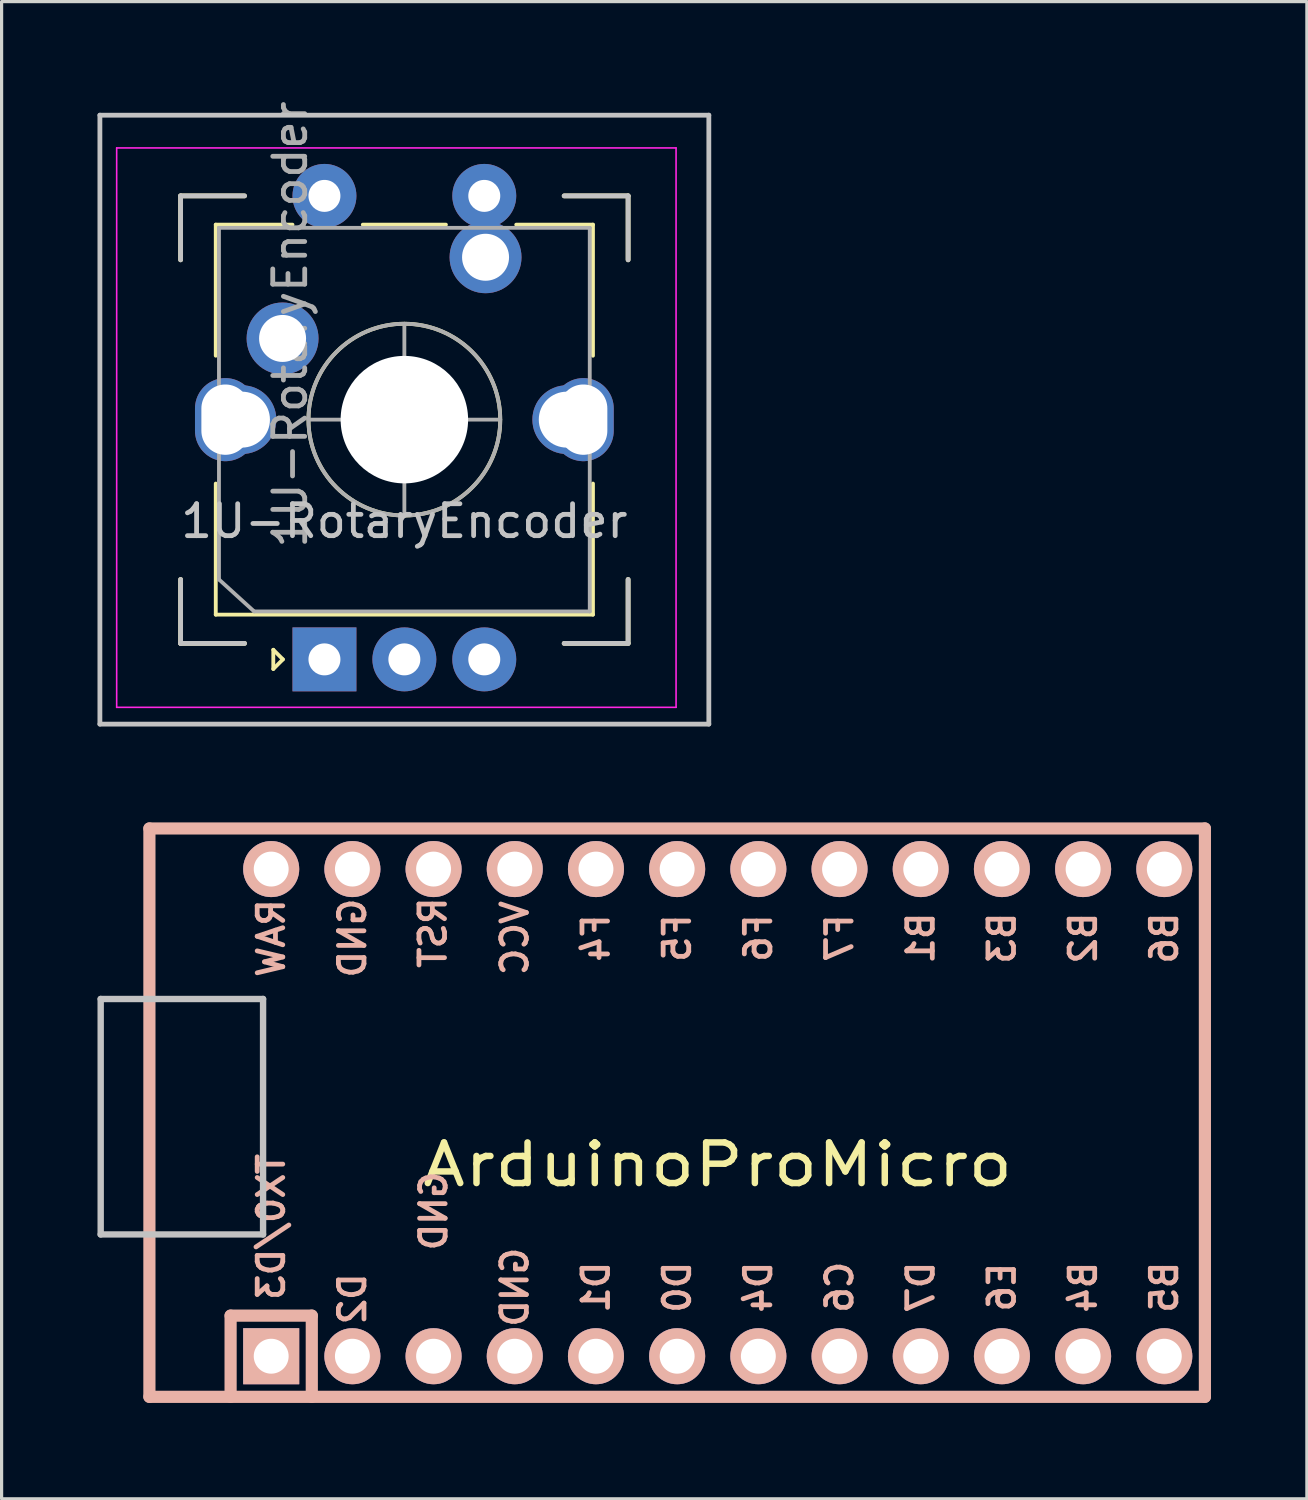
<source format=kicad_pcb>
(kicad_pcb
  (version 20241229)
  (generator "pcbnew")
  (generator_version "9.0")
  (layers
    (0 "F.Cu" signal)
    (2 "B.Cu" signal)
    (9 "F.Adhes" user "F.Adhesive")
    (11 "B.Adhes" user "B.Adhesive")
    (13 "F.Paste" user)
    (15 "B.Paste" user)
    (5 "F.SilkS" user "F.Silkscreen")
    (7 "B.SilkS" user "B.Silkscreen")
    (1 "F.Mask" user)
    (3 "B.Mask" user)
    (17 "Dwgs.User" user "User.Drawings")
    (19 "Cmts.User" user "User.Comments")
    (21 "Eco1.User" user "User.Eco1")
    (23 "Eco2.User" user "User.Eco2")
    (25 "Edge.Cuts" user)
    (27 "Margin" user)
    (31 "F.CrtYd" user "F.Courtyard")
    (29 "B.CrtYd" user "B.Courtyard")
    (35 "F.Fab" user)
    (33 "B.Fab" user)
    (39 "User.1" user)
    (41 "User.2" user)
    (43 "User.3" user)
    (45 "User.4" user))
  (footprint "1U-RotaryEncoder"
    (layer "F.Cu")
    (at 9.6 10.078)
    (property "Reference" "1U-RotaryEncoder" (at 0 3.175 0) (layer "Dwgs.User") (effects (font (size 1 1) (thickness 0.15))))
    (attr through_hole)
    (fp_line (start -7 -7) (end -7 -5) (stroke (width 0.15) (type solid)) (layer "F.SilkS"))
    (fp_line (start -7 5) (end -7 7) (stroke (width 0.15) (type solid)) (layer "F.SilkS"))
    (fp_line (start -7 7) (end -5 7) (stroke (width 0.15) (type solid)) (layer "F.SilkS"))
    (fp_line (start -5.9 -6.1) (end -3.5 -6.1) (stroke (width 0.12) (type solid)) (layer "F.SilkS"))
    (fp_line (start -5.9 -2) (end -5.9 -6.1) (stroke (width 0.12) (type solid)) (layer "F.SilkS"))
    (fp_line (start -5.9 2) (end -5.9 6.1) (stroke (width 0.12) (type solid)) (layer "F.SilkS"))
    (fp_line (start -5.9 6.1) (end 5.9 6.1) (stroke (width 0.12) (type solid)) (layer "F.SilkS"))
    (fp_line (start -5 -7) (end -7 -7) (stroke (width 0.15) (type solid)) (layer "F.SilkS"))
    (fp_line (start -4.1 7.2) (end -3.8 7.5) (stroke (width 0.12) (type solid)) (layer "F.SilkS"))
    (fp_line (start -4.1 7.8) (end -4.1 7.2) (stroke (width 0.12) (type solid)) (layer "F.SilkS"))
    (fp_line (start -3.8 7.5) (end -4.1 7.8) (stroke (width 0.12) (type solid)) (layer "F.SilkS"))
    (fp_line (start -1.3 -6.1) (end 1.3 -6.1) (stroke (width 0.12) (type solid)) (layer "F.SilkS"))
    (fp_line (start -0.5 0) (end 0.5 0) (stroke (width 0.12) (type solid)) (layer "F.SilkS"))
    (fp_line (start 0 0.5) (end 0 -0.5) (stroke (width 0.12) (type solid)) (layer "F.SilkS"))
    (fp_line (start 3.5 -6.1) (end 5.9 -6.1) (stroke (width 0.12) (type solid)) (layer "F.SilkS"))
    (fp_line (start 5 -7) (end 7 -7) (stroke (width 0.15) (type solid)) (layer "F.SilkS"))
    (fp_line (start 5 7) (end 7 7) (stroke (width 0.15) (type solid)) (layer "F.SilkS"))
    (fp_line (start 5.9 -6.1) (end 5.9 -2) (stroke (width 0.12) (type solid)) (layer "F.SilkS"))
    (fp_line (start 5.9 2) (end 5.9 6.1) (stroke (width 0.12) (type solid)) (layer "F.SilkS"))
    (fp_line (start 7 -7) (end 7 -5) (stroke (width 0.15) (type solid)) (layer "F.SilkS"))
    (fp_line (start 7 7) (end 7 5) (stroke (width 0.15) (type solid)) (layer "F.SilkS"))
    (fp_circle (center 0 0) (end 0 -3) (stroke (width 0.12) (type solid)) (fill no) (layer "F.SilkS"))
    (fp_line (start -9.525 -9.525) (end 9.525 -9.525) (stroke (width 0.15) (type solid)) (layer "Dwgs.User"))
    (fp_line (start -9.525 9.525) (end -9.525 -9.525) (stroke (width 0.15) (type solid)) (layer "Dwgs.User"))
    (fp_line (start -7 -7) (end -7 -5) (stroke (width 0.15) (type solid)) (layer "Dwgs.User"))
    (fp_line (start -7 5) (end -7 7) (stroke (width 0.15) (type solid)) (layer "Dwgs.User"))
    (fp_line (start -7 7) (end -5 7) (stroke (width 0.15) (type solid)) (layer "Dwgs.User"))
    (fp_line (start -5 -7) (end -7 -7) (stroke (width 0.15) (type solid)) (layer "Dwgs.User"))
    (fp_line (start 5 -7) (end 7 -7) (stroke (width 0.15) (type solid)) (layer "Dwgs.User"))
    (fp_line (start 5 7) (end 7 7) (stroke (width 0.15) (type solid)) (layer "Dwgs.User"))
    (fp_line (start 7 -7) (end 7 -5) (stroke (width 0.15) (type solid)) (layer "Dwgs.User"))
    (fp_line (start 7 7) (end 7 5) (stroke (width 0.15) (type solid)) (layer "Dwgs.User"))
    (fp_line (start 9.525 -9.525) (end 9.525 9.525) (stroke (width 0.15) (type solid)) (layer "Dwgs.User"))
    (fp_line (start 9.525 9.525) (end -9.525 9.525) (stroke (width 0.15) (type solid)) (layer "Dwgs.User"))
    (fp_line (start -9 -8.5) (end -9 9) (stroke (width 0.05) (type solid)) (layer "F.CrtYd"))
    (fp_line (start -9 -8.5) (end 8.5 -8.5) (stroke (width 0.05) (type solid)) (layer "F.CrtYd"))
    (fp_line (start 8.5 9) (end -9 9) (stroke (width 0.05) (type solid)) (layer "F.CrtYd"))
    (fp_line (start 8.5 9) (end 8.5 -8.5) (stroke (width 0.05) (type solid)) (layer "F.CrtYd"))
    (fp_line (start -5.8 -6) (end 5.8 -6) (stroke (width 0.12) (type solid)) (layer "F.Fab"))
    (fp_line (start -5.8 5) (end -5.8 -6) (stroke (width 0.12) (type solid)) (layer "F.Fab"))
    (fp_line (start -4.7 6) (end -5.8 5) (stroke (width 0.12) (type solid)) (layer "F.Fab"))
    (fp_line (start -3 0) (end 3 0) (stroke (width 0.12) (type solid)) (layer "F.Fab"))
    (fp_line (start 0 3) (end 0 -3) (stroke (width 0.12) (type solid)) (layer "F.Fab"))
    (fp_line (start 5.8 -6) (end 5.8 6) (stroke (width 0.12) (type solid)) (layer "F.Fab"))
    (fp_line (start 5.8 6) (end -4.7 6) (stroke (width 0.12) (type solid)) (layer "F.Fab"))
    (fp_circle (center 0 0) (end 0 -3) (stroke (width 0.12) (type solid)) (fill no) (layer "F.Fab"))
    (fp_text user "${REFERENCE}" (at -3.572 -2.977 90) (layer "F.Fab") (effects (font (size 1 1) (thickness 0.15))))
    (pad "" np_thru_hole oval (at -5.6 0 90) (size 2.6 1.9) (drill oval 2.2 1.5) (layers "*.Cu" "*.Mask"))
    (pad "" np_thru_hole circle (at -5.08 0 48.1) (size 2.15 2.15) (drill 1.75) (layers "*.Cu" "*.Mask"))
    (pad "" np_thru_hole circle (at 0 0) (size 3.988 3.988) (drill 3.988) (layers "*.Cu" "*.Mask"))
    (pad "" np_thru_hole circle (at 5.08 0 48.1) (size 2.15 2.15) (drill 1.75) (layers "*.Cu" "*.Mask"))
    (pad "" np_thru_hole oval (at 5.6 0 90) (size 2.6 1.9) (drill oval 2.2 1.5) (layers "*.Cu" "*.Mask"))
    (pad "A" thru_hole rect (at -2.5 7.5 90) (size 2 2) (drill 1) (layers "*.Cu" "*.Mask"))
    (pad "B" thru_hole circle (at 2.5 7.5 90) (size 2 2) (drill 1) (layers "*.Cu" "*.Mask"))
    (pad "C" thru_hole circle (at 0 7.5 90) (size 2 2) (drill 1) (layers "*.Cu" "*.Mask"))
    (pad "S1" thru_hole circle (at 2.5 -7 90) (size 2 2) (drill 1) (layers "*.Cu" "*.Mask"))
    (pad "S1" thru_hole circle (at 2.54 -5.08) (size 2.25 2.25) (drill 1.47) (layers "*.Cu" "*.Mask"))
    (pad "S2" thru_hole circle (at -3.81 -2.54) (size 2.25 2.25) (drill 1.47) (layers "*.Cu" "*.Mask"))
    (pad "S2" thru_hole circle (at -2.5 -7 90) (size 2 2) (drill 1) (layers "*.Cu" "*.Mask")))
  (footprint "ArduinoProMicro"
    (layer "F.Cu")
    (at 19.404 31.758)
    (property "Reference" "ArduinoProMicro" (at 0 1.625 0) (layer "F.SilkS") (effects (font (size 1.27 1.524) (thickness 0.203))))
    (attr through_hole)
    (fp_line (start -17.78 -8.89) (end -17.78 8.89) (stroke (width 0.381) (type solid)) (layer "B.SilkS"))
    (fp_line (start -17.78 8.89) (end 15.24 8.89) (stroke (width 0.381) (type solid)) (layer "B.SilkS"))
    (fp_line (start -15.24 6.35) (end -15.24 8.89) (stroke (width 0.381) (type solid)) (layer "B.SilkS"))
    (fp_line (start -15.24 6.35) (end -12.7 6.35) (stroke (width 0.381) (type solid)) (layer "B.SilkS"))
    (fp_line (start -12.7 6.35) (end -12.7 8.89) (stroke (width 0.381) (type solid)) (layer "B.SilkS"))
    (fp_line (start 15.24 -8.89) (end -17.78 -8.89) (stroke (width 0.381) (type solid)) (layer "B.SilkS"))
    (fp_line (start 15.24 8.89) (end 15.24 -8.89) (stroke (width 0.381) (type solid)) (layer "B.SilkS"))
    (fp_line (start -19.304 -3.556) (end -14.224 -3.556) (stroke (width 0.2) (type solid)) (layer "Dwgs.User"))
    (fp_line (start -19.304 3.81) (end -19.304 -3.556) (stroke (width 0.2) (type solid)) (layer "Dwgs.User"))
    (fp_line (start -14.224 -3.556) (end -14.224 3.81) (stroke (width 0.2) (type solid)) (layer "Dwgs.User"))
    (fp_line (start -14.224 3.81) (end -19.304 3.81) (stroke (width 0.2) (type solid)) (layer "Dwgs.User"))
    (fp_text user "C6" (at 3.81 5.461 90) (layer "B.SilkS") (effects (font (size 0.8 0.8) (thickness 0.15)) (justify mirror)))
    (fp_text user "B3" (at 8.89 -5.461 90) (layer "B.SilkS") (effects (font (size 0.8 0.8) (thickness 0.15)) (justify mirror)))
    (fp_text user "RAW" (at -13.97 -5.461 90) (layer "B.SilkS") (effects (font (size 0.8 0.8) (thickness 0.15)) (justify mirror)))
    (fp_text user "E6" (at 8.89 5.461 90) (layer "B.SilkS") (effects (font (size 0.8 0.8) (thickness 0.15)) (justify mirror)))
    (fp_text user "D7" (at 6.35 5.461 90) (layer "B.SilkS") (effects (font (size 0.8 0.8) (thickness 0.15)) (justify mirror)))
    (fp_text user "F6" (at 1.27 -5.461 90) (layer "B.SilkS") (effects (font (size 0.8 0.8) (thickness 0.15)) (justify mirror)))
    (fp_text user "B6" (at 13.97 -5.461 90) (layer "B.SilkS") (effects (font (size 0.8 0.8) (thickness 0.15)) (justify mirror)))
    (fp_text user "GND" (at -6.35 5.461 90) (layer "B.SilkS") (effects (font (size 0.8 0.8) (thickness 0.15)) (justify mirror)))
    (fp_text user "GND" (at -11.43 -5.461 90) (layer "B.SilkS") (effects (font (size 0.8 0.8) (thickness 0.15)) (justify mirror)))
    (fp_text user "F7" (at 3.81 -5.461 90) (layer "B.SilkS") (effects (font (size 0.8 0.8) (thickness 0.15)) (justify mirror)))
    (fp_text user "B4" (at 11.43 5.461 90) (layer "B.SilkS") (effects (font (size 0.8 0.8) (thickness 0.15)) (justify mirror)))
    (fp_text user "RST" (at -8.91 -5.63 90) (layer "B.SilkS") (effects (font (size 0.8 0.8) (thickness 0.15)) (justify mirror)))
    (fp_text user "D2" (at -11.43 5.825 90) (layer "B.SilkS") (effects (font (size 0.8 0.8) (thickness 0.15)) (justify mirror)))
    (fp_text user "D0" (at -1.27 5.461 90) (layer "B.SilkS") (effects (font (size 0.8 0.8) (thickness 0.15)) (justify mirror)))
    (fp_text user "B2" (at 11.43 -5.461 90) (layer "B.SilkS") (effects (font (size 0.8 0.8) (thickness 0.15)) (justify mirror)))
    (fp_text user "B1" (at 6.35 -5.461 90) (layer "B.SilkS") (effects (font (size 0.8 0.8) (thickness 0.15)) (justify mirror)))
    (fp_text user "TX0/D3" (at -13.97 3.572 90) (layer "B.SilkS") (effects (font (size 0.8 0.8) (thickness 0.15)) (justify mirror)))
    (fp_text user "D4" (at 1.27 5.461 90) (layer "B.SilkS") (effects (font (size 0.8 0.8) (thickness 0.15)) (justify mirror)))
    (fp_text user "VCC" (at -6.35 -5.461 90) (layer "B.SilkS") (effects (font (size 0.8 0.8) (thickness 0.15)) (justify mirror)))
    (fp_text user "D1" (at -3.81 5.461 90) (layer "B.SilkS") (effects (font (size 0.8 0.8) (thickness 0.15)) (justify mirror)))
    (fp_text user "F4" (at -3.81 -5.461 90) (layer "B.SilkS") (effects (font (size 0.8 0.8) (thickness 0.15)) (justify mirror)))
    (fp_text user "B5" (at 13.97 5.461 90) (layer "B.SilkS") (effects (font (size 0.8 0.8) (thickness 0.15)) (justify mirror)))
    (fp_text user "GND" (at -8.89 3.075 90) (layer "B.SilkS") (effects (font (size 0.8 0.8) (thickness 0.15)) (justify mirror)))
    (fp_text user "F5" (at -1.27 -5.461 90) (layer "B.SilkS") (effects (font (size 0.8 0.8) (thickness 0.15)) (justify mirror)))
    (pad "1" thru_hole rect (at -13.97 7.62) (size 1.753 1.753) (drill 1.092) (layers "*.Cu" "*.Mask" "B.SilkS"))
    (pad "2" thru_hole circle (at -11.43 7.62) (size 1.753 1.753) (drill 1.092) (layers "*.Cu" "*.Mask" "B.SilkS"))
    (pad "3" thru_hole circle (at -8.89 7.62) (size 1.753 1.753) (drill 1.092) (layers "*.Cu" "*.Mask" "B.SilkS"))
    (pad "4" thru_hole circle (at -6.35 7.62) (size 1.753 1.753) (drill 1.092) (layers "*.Cu" "*.Mask" "B.SilkS"))
    (pad "5" thru_hole circle (at -3.81 7.62) (size 1.753 1.753) (drill 1.092) (layers "*.Cu" "*.Mask" "B.SilkS"))
    (pad "6" thru_hole circle (at -1.27 7.62) (size 1.753 1.753) (drill 1.092) (layers "*.Cu" "*.Mask" "B.SilkS"))
    (pad "7" thru_hole circle (at 1.27 7.62) (size 1.753 1.753) (drill 1.092) (layers "*.Cu" "*.Mask" "B.SilkS"))
    (pad "8" thru_hole circle (at 3.81 7.62) (size 1.753 1.753) (drill 1.092) (layers "*.Cu" "*.Mask" "B.SilkS"))
    (pad "9" thru_hole circle (at 6.35 7.62) (size 1.753 1.753) (drill 1.092) (layers "*.Cu" "*.Mask" "B.SilkS"))
    (pad "10" thru_hole circle (at 8.89 7.62) (size 1.753 1.753) (drill 1.092) (layers "*.Cu" "*.Mask" "B.SilkS"))
    (pad "11" thru_hole circle (at 11.43 7.62) (size 1.753 1.753) (drill 1.092) (layers "*.Cu" "*.Mask" "B.SilkS"))
    (pad "12" thru_hole circle (at 13.97 7.62) (size 1.753 1.753) (drill 1.092) (layers "*.Cu" "*.Mask" "B.SilkS"))
    (pad "13" thru_hole circle (at 13.97 -7.62) (size 1.753 1.753) (drill 1.092) (layers "*.Cu" "*.Mask" "B.SilkS"))
    (pad "14" thru_hole circle (at 11.43 -7.62) (size 1.753 1.753) (drill 1.092) (layers "*.Cu" "*.Mask" "B.SilkS"))
    (pad "15" thru_hole circle (at 8.89 -7.62) (size 1.753 1.753) (drill 1.092) (layers "*.Cu" "*.Mask" "B.SilkS"))
    (pad "16" thru_hole circle (at 6.35 -7.62) (size 1.753 1.753) (drill 1.092) (layers "*.Cu" "*.Mask" "B.SilkS"))
    (pad "17" thru_hole circle (at 3.81 -7.62) (size 1.753 1.753) (drill 1.092) (layers "*.Cu" "*.Mask" "B.SilkS"))
    (pad "18" thru_hole circle (at 1.27 -7.62) (size 1.753 1.753) (drill 1.092) (layers "*.Cu" "*.Mask" "B.SilkS"))
    (pad "19" thru_hole circle (at -1.27 -7.62) (size 1.753 1.753) (drill 1.092) (layers "*.Cu" "*.Mask" "B.SilkS"))
    (pad "20" thru_hole circle (at -3.81 -7.62) (size 1.753 1.753) (drill 1.092) (layers "*.Cu" "*.Mask" "B.SilkS"))
    (pad "21" thru_hole circle (at -6.35 -7.62) (size 1.753 1.753) (drill 1.092) (layers "*.Cu" "*.Mask" "B.SilkS"))
    (pad "22" thru_hole circle (at -8.89 -7.62) (size 1.753 1.753) (drill 1.092) (layers "*.Cu" "*.Mask" "B.SilkS"))
    (pad "23" thru_hole circle (at -11.43 -7.62) (size 1.753 1.753) (drill 1.092) (layers "*.Cu" "*.Mask" "B.SilkS"))
    (pad "24" thru_hole circle (at -13.97 -7.62) (size 1.753 1.753) (drill 1.092) (layers "*.Cu" "*.Mask" "B.SilkS")))
  (gr_rect
    (start -3 -3)
    (end 37.834 43.839)
    (stroke (width 0.1) (type default))
    (fill no)
    (layer "Edge.Cuts")))
</source>
